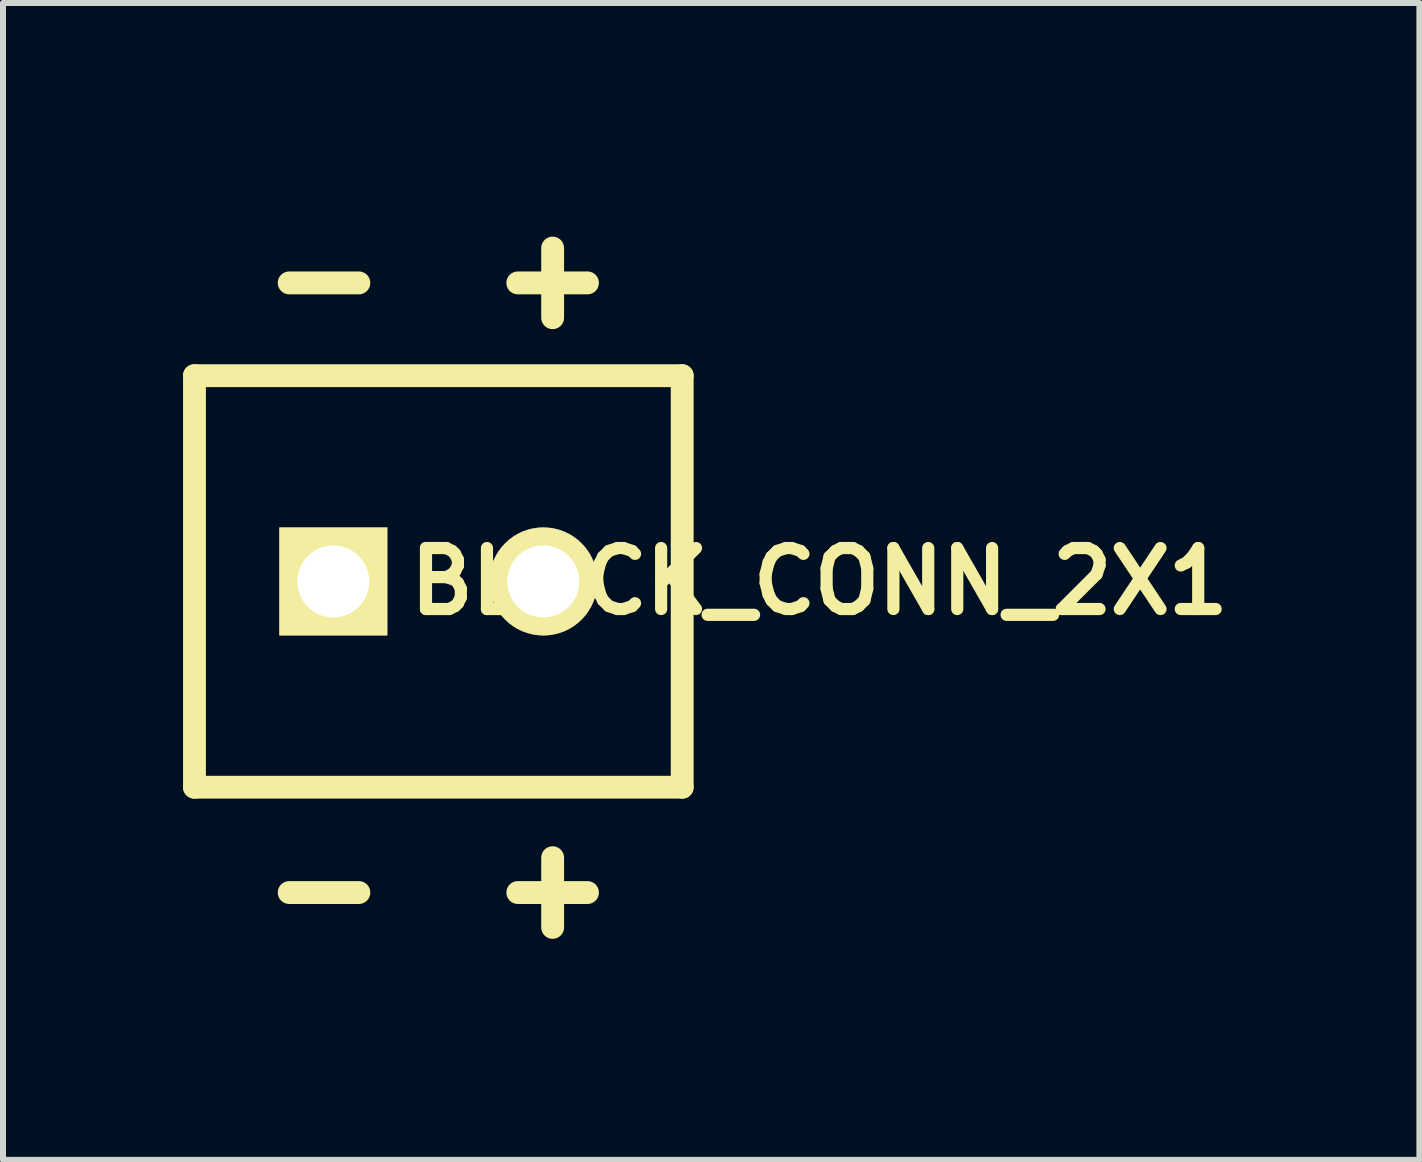
<source format=kicad_pcb>
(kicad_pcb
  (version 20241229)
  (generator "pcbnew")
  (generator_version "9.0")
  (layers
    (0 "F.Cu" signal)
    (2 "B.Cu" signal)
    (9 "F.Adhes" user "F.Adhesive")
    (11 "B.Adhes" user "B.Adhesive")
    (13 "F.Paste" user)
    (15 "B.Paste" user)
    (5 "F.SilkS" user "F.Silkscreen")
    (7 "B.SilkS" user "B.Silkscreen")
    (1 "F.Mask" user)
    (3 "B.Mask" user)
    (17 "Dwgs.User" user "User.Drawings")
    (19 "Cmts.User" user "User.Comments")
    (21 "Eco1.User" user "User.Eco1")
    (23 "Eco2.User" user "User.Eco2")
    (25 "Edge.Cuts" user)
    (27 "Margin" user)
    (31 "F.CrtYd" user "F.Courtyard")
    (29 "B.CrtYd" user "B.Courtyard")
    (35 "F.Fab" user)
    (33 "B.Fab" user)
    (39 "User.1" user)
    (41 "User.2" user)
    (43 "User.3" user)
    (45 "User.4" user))
  (footprint "BLOCK_CONN_2X1"
    (layer "F.Cu")
    (at 4.255 6.64)
    (property "Reference" "BLOCK_CONN_2X1" (at 6.35 0 0) (layer "F.SilkS") (effects (font (size 1.016 1.016) (thickness 0.203))))
    (attr through_hole)
    (fp_line (start -4.064 -3.429) (end -4.064 3.429) (stroke (width 0.381) (type solid)) (layer "F.SilkS"))
    (fp_line (start -4.064 3.429) (end 4.064 3.429) (stroke (width 0.381) (type solid)) (layer "F.SilkS"))
    (fp_line (start 4.064 -3.429) (end -4.064 -3.429) (stroke (width 0.381) (type solid)) (layer "F.SilkS"))
    (fp_line (start 4.064 3.429) (end 4.064 -3.429) (stroke (width 0.381) (type solid)) (layer "F.SilkS"))
    (fp_text user "+" (at 1.905 -5.08 0) (layer "F.SilkS") (effects (font (size 1.524 1.524) (thickness 0.381))))
    (fp_text user "-" (at -1.905 -5.08 0) (layer "F.SilkS") (effects (font (size 1.524 1.524) (thickness 0.381))))
    (fp_text user "+" (at 1.905 5.08 0) (layer "F.SilkS") (effects (font (size 1.524 1.524) (thickness 0.381))))
    (fp_text user "-" (at -1.905 5.08 0) (layer "F.SilkS") (effects (font (size 1.524 1.524) (thickness 0.381))))
    (pad "1" thru_hole rect (at -1.75 0) (size 1.8 1.8) (drill 1.2) (layers "*.Cu" "*.Mask" "F.SilkS"))
    (pad "2" thru_hole circle (at 1.75 0) (size 1.8 1.8) (drill 1.2) (layers "*.Cu" "*.Mask" "F.SilkS")))
  (gr_rect
    (start -3 -3)
    (end 20.605 16.28)
    (stroke (width 0.1) (type default))
    (fill no)
    (layer "Edge.Cuts")))
</source>
